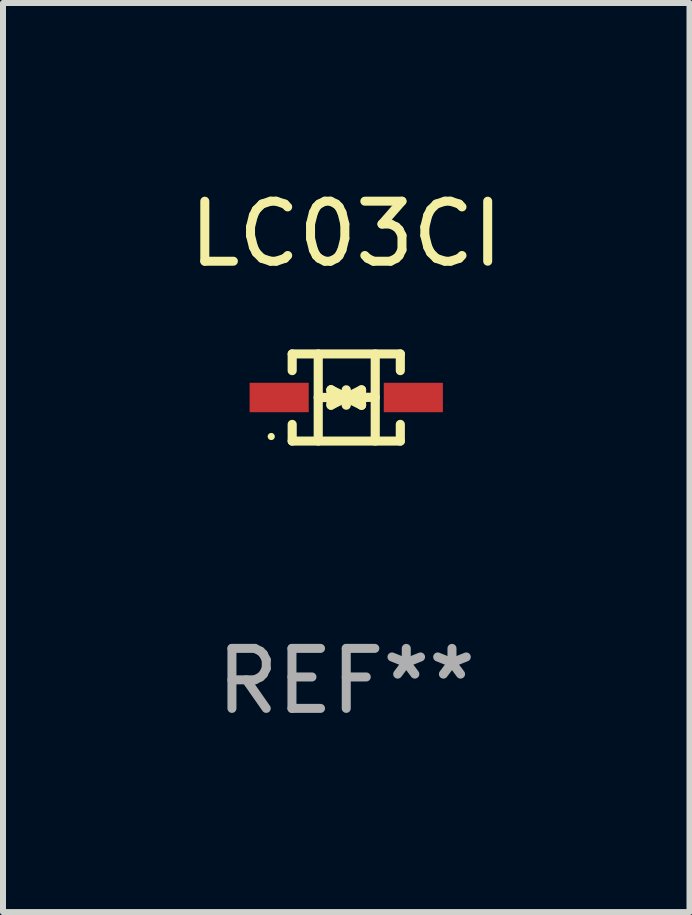
<source format=kicad_pcb>
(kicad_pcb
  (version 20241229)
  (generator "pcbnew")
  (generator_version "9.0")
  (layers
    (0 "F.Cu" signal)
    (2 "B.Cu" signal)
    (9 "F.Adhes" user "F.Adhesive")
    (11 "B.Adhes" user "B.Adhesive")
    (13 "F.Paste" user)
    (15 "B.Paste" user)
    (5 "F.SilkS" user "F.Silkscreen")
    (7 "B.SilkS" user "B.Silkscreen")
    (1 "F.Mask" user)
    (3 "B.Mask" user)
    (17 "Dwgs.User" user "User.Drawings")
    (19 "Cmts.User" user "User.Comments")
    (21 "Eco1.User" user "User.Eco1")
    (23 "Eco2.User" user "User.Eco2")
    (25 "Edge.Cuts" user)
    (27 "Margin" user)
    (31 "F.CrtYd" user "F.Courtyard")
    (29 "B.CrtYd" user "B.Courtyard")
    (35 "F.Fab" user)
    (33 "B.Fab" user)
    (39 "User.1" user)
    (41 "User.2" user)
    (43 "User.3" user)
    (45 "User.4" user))
  (footprint "LC03CI"
    (layer "F.Cu")
    (at 2.72 3.574)
    (property "Reference" "LC03CI" (at 0 -2.726 0) (layer "F.SilkS") (effects (font (size 1 1) (thickness 0.15))))
    (attr through_hole)
    (fp_line (start -0.901 -0.726) (end -0.901 -0.448) (stroke (width 0.152) (type solid)) (layer "F.SilkS"))
    (fp_line (start -0.901 0.726) (end -0.901 0.448) (stroke (width 0.152) (type solid)) (layer "F.SilkS"))
    (fp_line (start -0.467 0) (end 0.483 -0.003) (stroke (width 0.154) (type solid)) (layer "F.SilkS"))
    (fp_line (start -0.467 0.726) (end -0.467 -0.726) (stroke (width 0.152) (type solid)) (layer "F.SilkS"))
    (fp_line (start -0.254 -0.127) (end -0.254 -0.127) (stroke (width 0.154) (type solid)) (layer "F.SilkS"))
    (fp_line (start -0.254 -0.127) (end -0.002 -0.003) (stroke (width 0.154) (type solid)) (layer "F.SilkS"))
    (fp_line (start -0.254 0.127) (end -0.254 -0.127) (stroke (width 0.154) (type solid)) (layer "F.SilkS"))
    (fp_line (start -0.127 0) (end 0.003 0) (stroke (width 0.154) (type solid)) (layer "F.SilkS"))
    (fp_line (start -0.003 0) (end -0.254 0.127) (stroke (width 0.154) (type solid)) (layer "F.SilkS"))
    (fp_line (start 0 -0.127) (end 0 0.127) (stroke (width 0.154) (type solid)) (layer "F.SilkS"))
    (fp_line (start 0.003 0) (end 0.254 -0.127) (stroke (width 0.154) (type solid)) (layer "F.SilkS"))
    (fp_line (start 0.127 0) (end -0.003 0) (stroke (width 0.154) (type solid)) (layer "F.SilkS"))
    (fp_line (start 0.254 -0.127) (end 0.254 0.127) (stroke (width 0.154) (type solid)) (layer "F.SilkS"))
    (fp_line (start 0.254 0.127) (end 0.002 0.003) (stroke (width 0.154) (type solid)) (layer "F.SilkS"))
    (fp_line (start 0.254 0.127) (end 0.254 0.127) (stroke (width 0.154) (type solid)) (layer "F.SilkS"))
    (fp_line (start 0.483 0.726) (end 0.483 -0.726) (stroke (width 0.152) (type solid)) (layer "F.SilkS"))
    (fp_line (start 0.901 -0.726) (end -0.901 -0.726) (stroke (width 0.152) (type solid)) (layer "F.SilkS"))
    (fp_line (start 0.901 -0.726) (end 0.901 -0.448) (stroke (width 0.152) (type solid)) (layer "F.SilkS"))
    (fp_line (start 0.901 0.726) (end -0.901 0.726) (stroke (width 0.152) (type solid)) (layer "F.SilkS"))
    (fp_line (start 0.901 0.726) (end 0.901 0.448) (stroke (width 0.152) (type solid)) (layer "F.SilkS"))
    (fp_circle (center -1.25 0.65) (end -1.22 0.65) (stroke (width 0.06) (type solid)) (fill no) (layer "F.SilkS"))
    (fp_text user "REF**" (at 0 4.726 0) (layer "F.Fab") (effects (font (size 1 1) (thickness 0.15))))
    (pad "1" smd rect (at -1.118 0) (size 0.985 0.49) (layers "F.Cu" "F.Mask" "F.Paste"))
    (pad "2" smd rect (at 1.118 0) (size 0.985 0.49) (layers "F.Cu" "F.Mask" "F.Paste")))
  (gr_rect
    (start -3 -3)
    (end 8.44 12.149)
    (stroke (width 0.1) (type default))
    (fill no)
    (layer "Edge.Cuts")))
</source>
